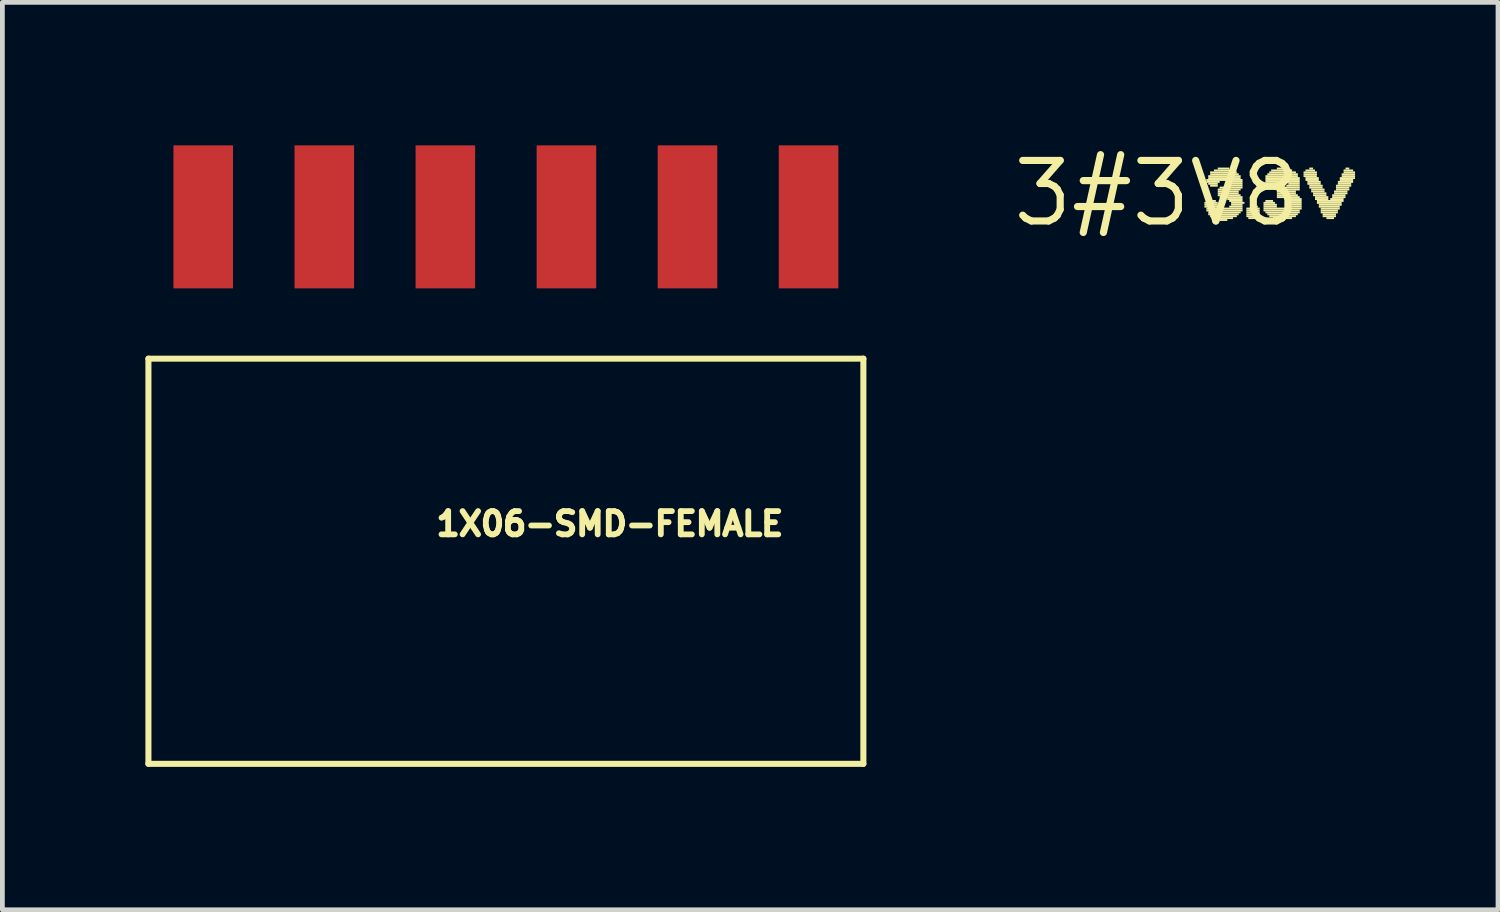
<source format=kicad_pcb>
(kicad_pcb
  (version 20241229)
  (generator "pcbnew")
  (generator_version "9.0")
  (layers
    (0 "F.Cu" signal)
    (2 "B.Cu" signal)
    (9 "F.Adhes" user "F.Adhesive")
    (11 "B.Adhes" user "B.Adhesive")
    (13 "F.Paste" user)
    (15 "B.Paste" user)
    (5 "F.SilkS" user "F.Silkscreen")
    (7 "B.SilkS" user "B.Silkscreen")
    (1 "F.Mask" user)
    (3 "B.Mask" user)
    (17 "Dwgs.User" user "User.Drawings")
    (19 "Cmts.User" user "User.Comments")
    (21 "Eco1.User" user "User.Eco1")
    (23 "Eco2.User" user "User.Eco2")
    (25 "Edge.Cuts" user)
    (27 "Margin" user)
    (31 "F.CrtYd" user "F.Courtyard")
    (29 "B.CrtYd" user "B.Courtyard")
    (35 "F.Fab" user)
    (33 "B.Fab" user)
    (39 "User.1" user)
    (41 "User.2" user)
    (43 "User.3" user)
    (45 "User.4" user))
  (footprint "3#3V8"
    (layer "F.Cu")
    (at 21.219 1.006)
    (property "Reference" "3#3V8" (at 0 0 0) (layer "F.SilkS") (effects (font (size 1.27 1.27) (thickness 0.15))))
    (fp_poly (pts (xy 1 0.22) (xy 1.28 0.22) (xy 1.28 0.18) (xy 1 0.18)) (stroke (width 0) (type default)) (fill yes) (layer "F.SilkS"))
    (fp_poly (pts (xy 1 0.26) (xy 1.28 0.26) (xy 1.28 0.22) (xy 1 0.22)) (stroke (width 0) (type default)) (fill yes) (layer "F.SilkS"))
    (fp_poly (pts (xy 1 0.3) (xy 1.32 0.3) (xy 1.32 0.26) (xy 1 0.26)) (stroke (width 0) (type default)) (fill yes) (layer "F.SilkS"))
    (fp_poly (pts (xy 1.04 -0.26) (xy 1.8 -0.26) (xy 1.8 -0.3) (xy 1.04 -0.3)) (stroke (width 0) (type default)) (fill yes) (layer "F.SilkS"))
    (fp_poly (pts (xy 1.04 -0.22) (xy 1.32 -0.22) (xy 1.32 -0.26) (xy 1.04 -0.26)) (stroke (width 0) (type default)) (fill yes) (layer "F.SilkS"))
    (fp_poly (pts (xy 1.04 0.18) (xy 1.24 0.18) (xy 1.24 0.14) (xy 1.04 0.14)) (stroke (width 0) (type default)) (fill yes) (layer "F.SilkS"))
    (fp_poly (pts (xy 1.04 0.34) (xy 1.8 0.34) (xy 1.8 0.3) (xy 1.04 0.3)) (stroke (width 0) (type default)) (fill yes) (layer "F.SilkS"))
    (fp_poly (pts (xy 1.04 0.38) (xy 1.8 0.38) (xy 1.8 0.34) (xy 1.04 0.34)) (stroke (width 0) (type default)) (fill yes) (layer "F.SilkS"))
    (fp_poly (pts (xy 1.08 -0.34) (xy 1.76 -0.34) (xy 1.76 -0.38) (xy 1.08 -0.38)) (stroke (width 0) (type default)) (fill yes) (layer "F.SilkS"))
    (fp_poly (pts (xy 1.08 -0.3) (xy 1.76 -0.3) (xy 1.76 -0.34) (xy 1.08 -0.34)) (stroke (width 0) (type default)) (fill yes) (layer "F.SilkS"))
    (fp_poly (pts (xy 1.08 -0.18) (xy 1.28 -0.18) (xy 1.28 -0.22) (xy 1.08 -0.22)) (stroke (width 0) (type default)) (fill yes) (layer "F.SilkS"))
    (fp_poly (pts (xy 1.08 0.42) (xy 1.76 0.42) (xy 1.76 0.38) (xy 1.08 0.38)) (stroke (width 0) (type default)) (fill yes) (layer "F.SilkS"))
    (fp_poly (pts (xy 1.08 0.46) (xy 1.72 0.46) (xy 1.72 0.42) (xy 1.08 0.42)) (stroke (width 0) (type default)) (fill yes) (layer "F.SilkS"))
    (fp_poly (pts (xy 1.12 -0.42) (xy 1.68 -0.42) (xy 1.68 -0.46) (xy 1.12 -0.46)) (stroke (width 0) (type default)) (fill yes) (layer "F.SilkS"))
    (fp_poly (pts (xy 1.12 -0.38) (xy 1.72 -0.38) (xy 1.72 -0.42) (xy 1.12 -0.42)) (stroke (width 0) (type default)) (fill yes) (layer "F.SilkS"))
    (fp_poly (pts (xy 1.12 -0.14) (xy 1.28 -0.14) (xy 1.28 -0.18) (xy 1.12 -0.18)) (stroke (width 0) (type default)) (fill yes) (layer "F.SilkS"))
    (fp_poly (pts (xy 1.12 0.5) (xy 1.68 0.5) (xy 1.68 0.46) (xy 1.12 0.46)) (stroke (width 0) (type default)) (fill yes) (layer "F.SilkS"))
    (fp_poly (pts (xy 1.2 -0.46) (xy 1.64 -0.46) (xy 1.64 -0.5) (xy 1.2 -0.5)) (stroke (width 0) (type default)) (fill yes) (layer "F.SilkS"))
    (fp_poly (pts (xy 1.2 0.54) (xy 1.6 0.54) (xy 1.6 0.5) (xy 1.2 0.5)) (stroke (width 0) (type default)) (fill yes) (layer "F.SilkS"))
    (fp_poly (pts (xy 1.28 -0.5) (xy 1.52 -0.5) (xy 1.52 -0.54) (xy 1.28 -0.54)) (stroke (width 0) (type default)) (fill yes) (layer "F.SilkS"))
    (fp_poly (pts (xy 1.28 -0.06) (xy 1.76 -0.06) (xy 1.76 -0.1) (xy 1.28 -0.1)) (stroke (width 0) (type default)) (fill yes) (layer "F.SilkS"))
    (fp_poly (pts (xy 1.28 -0.02) (xy 1.72 -0.02) (xy 1.72 -0.06) (xy 1.28 -0.06)) (stroke (width 0) (type default)) (fill yes) (layer "F.SilkS"))
    (fp_poly (pts (xy 1.28 0.02) (xy 1.72 0.02) (xy 1.72 -0.02) (xy 1.28 -0.02)) (stroke (width 0) (type default)) (fill yes) (layer "F.SilkS"))
    (fp_poly (pts (xy 1.28 0.06) (xy 1.76 0.06) (xy 1.76 0.02) (xy 1.28 0.02)) (stroke (width 0) (type default)) (fill yes) (layer "F.SilkS"))
    (fp_poly (pts (xy 1.32 -0.1) (xy 1.8 -0.1) (xy 1.8 -0.14) (xy 1.32 -0.14)) (stroke (width 0) (type default)) (fill yes) (layer "F.SilkS"))
    (fp_poly (pts (xy 1.32 0.1) (xy 1.8 0.1) (xy 1.8 0.06) (xy 1.32 0.06)) (stroke (width 0) (type default)) (fill yes) (layer "F.SilkS"))
    (fp_poly (pts (xy 1.32 0.58) (xy 1.48 0.58) (xy 1.48 0.54) (xy 1.32 0.54)) (stroke (width 0) (type default)) (fill yes) (layer "F.SilkS"))
    (fp_poly (pts (xy 1.48 -0.14) (xy 1.8 -0.14) (xy 1.8 -0.18) (xy 1.48 -0.18)) (stroke (width 0) (type default)) (fill yes) (layer "F.SilkS"))
    (fp_poly (pts (xy 1.48 0.14) (xy 1.8 0.14) (xy 1.8 0.1) (xy 1.48 0.1)) (stroke (width 0) (type default)) (fill yes) (layer "F.SilkS"))
    (fp_poly (pts (xy 1.52 -0.22) (xy 1.8 -0.22) (xy 1.8 -0.26) (xy 1.52 -0.26)) (stroke (width 0) (type default)) (fill yes) (layer "F.SilkS"))
    (fp_poly (pts (xy 1.52 -0.18) (xy 1.8 -0.18) (xy 1.8 -0.22) (xy 1.52 -0.22)) (stroke (width 0) (type default)) (fill yes) (layer "F.SilkS"))
    (fp_poly (pts (xy 1.52 0.18) (xy 1.8 0.18) (xy 1.8 0.14) (xy 1.52 0.14)) (stroke (width 0) (type default)) (fill yes) (layer "F.SilkS"))
    (fp_poly (pts (xy 1.52 0.3) (xy 1.8 0.3) (xy 1.8 0.26) (xy 1.52 0.26)) (stroke (width 0) (type default)) (fill yes) (layer "F.SilkS"))
    (fp_poly (pts (xy 1.56 0.22) (xy 1.84 0.22) (xy 1.84 0.18) (xy 1.56 0.18)) (stroke (width 0) (type default)) (fill yes) (layer "F.SilkS"))
    (fp_poly (pts (xy 1.56 0.26) (xy 1.8 0.26) (xy 1.8 0.22) (xy 1.56 0.22)) (stroke (width 0) (type default)) (fill yes) (layer "F.SilkS"))
    (fp_poly (pts (xy 1.88 0.34) (xy 2.16 0.34) (xy 2.16 0.3) (xy 1.88 0.3)) (stroke (width 0) (type default)) (fill yes) (layer "F.SilkS"))
    (fp_poly (pts (xy 1.88 0.38) (xy 2.16 0.38) (xy 2.16 0.34) (xy 1.88 0.34)) (stroke (width 0) (type default)) (fill yes) (layer "F.SilkS"))
    (fp_poly (pts (xy 1.88 0.42) (xy 2.16 0.42) (xy 2.16 0.38) (xy 1.88 0.38)) (stroke (width 0) (type default)) (fill yes) (layer "F.SilkS"))
    (fp_poly (pts (xy 1.88 0.46) (xy 2.16 0.46) (xy 2.16 0.42) (xy 1.88 0.42)) (stroke (width 0) (type default)) (fill yes) (layer "F.SilkS"))
    (fp_poly (pts (xy 1.88 0.5) (xy 2.16 0.5) (xy 2.16 0.46) (xy 1.88 0.46)) (stroke (width 0) (type default)) (fill yes) (layer "F.SilkS"))
    (fp_poly (pts (xy 1.92 0.54) (xy 2.12 0.54) (xy 2.12 0.5) (xy 1.92 0.5)) (stroke (width 0) (type default)) (fill yes) (layer "F.SilkS"))
    (fp_poly (pts (xy 1.96 0.3) (xy 2.12 0.3) (xy 2.12 0.26) (xy 1.96 0.26)) (stroke (width 0) (type default)) (fill yes) (layer "F.SilkS"))
    (fp_poly (pts (xy 2.24 0.22) (xy 2.48 0.22) (xy 2.48 0.18) (xy 2.24 0.18)) (stroke (width 0) (type default)) (fill yes) (layer "F.SilkS"))
    (fp_poly (pts (xy 2.24 0.26) (xy 2.52 0.26) (xy 2.52 0.22) (xy 2.24 0.22)) (stroke (width 0) (type default)) (fill yes) (layer "F.SilkS"))
    (fp_poly (pts (xy 2.24 0.3) (xy 2.52 0.3) (xy 2.52 0.26) (xy 2.24 0.26)) (stroke (width 0) (type default)) (fill yes) (layer "F.SilkS"))
    (fp_poly (pts (xy 2.24 0.34) (xy 3.04 0.34) (xy 3.04 0.3) (xy 2.24 0.3)) (stroke (width 0) (type default)) (fill yes) (layer "F.SilkS"))
    (fp_poly (pts (xy 2.24 0.38) (xy 3 0.38) (xy 3 0.34) (xy 2.24 0.34)) (stroke (width 0) (type default)) (fill yes) (layer "F.SilkS"))
    (fp_poly (pts (xy 2.28 -0.34) (xy 2.96 -0.34) (xy 2.96 -0.38) (xy 2.28 -0.38)) (stroke (width 0) (type default)) (fill yes) (layer "F.SilkS"))
    (fp_poly (pts (xy 2.28 -0.3) (xy 3 -0.3) (xy 3 -0.34) (xy 2.28 -0.34)) (stroke (width 0) (type default)) (fill yes) (layer "F.SilkS"))
    (fp_poly (pts (xy 2.28 -0.26) (xy 3 -0.26) (xy 3 -0.3) (xy 2.28 -0.3)) (stroke (width 0) (type default)) (fill yes) (layer "F.SilkS"))
    (fp_poly (pts (xy 2.28 -0.22) (xy 2.56 -0.22) (xy 2.56 -0.26) (xy 2.28 -0.26)) (stroke (width 0) (type default)) (fill yes) (layer "F.SilkS"))
    (fp_poly (pts (xy 2.28 -0.18) (xy 2.52 -0.18) (xy 2.52 -0.22) (xy 2.28 -0.22)) (stroke (width 0) (type default)) (fill yes) (layer "F.SilkS"))
    (fp_poly (pts (xy 2.28 0.18) (xy 2.44 0.18) (xy 2.44 0.14) (xy 2.28 0.14)) (stroke (width 0) (type default)) (fill yes) (layer "F.SilkS"))
    (fp_poly (pts (xy 2.28 0.42) (xy 3 0.42) (xy 3 0.38) (xy 2.28 0.38)) (stroke (width 0) (type default)) (fill yes) (layer "F.SilkS"))
    (fp_poly (pts (xy 2.32 -0.38) (xy 2.96 -0.38) (xy 2.96 -0.42) (xy 2.32 -0.42)) (stroke (width 0) (type default)) (fill yes) (layer "F.SilkS"))
    (fp_poly (pts (xy 2.32 0.46) (xy 2.96 0.46) (xy 2.96 0.42) (xy 2.32 0.42)) (stroke (width 0) (type default)) (fill yes) (layer "F.SilkS"))
    (fp_poly (pts (xy 2.36 -0.42) (xy 2.92 -0.42) (xy 2.92 -0.46) (xy 2.36 -0.46)) (stroke (width 0) (type default)) (fill yes) (layer "F.SilkS"))
    (fp_poly (pts (xy 2.36 -0.14) (xy 2.48 -0.14) (xy 2.48 -0.18) (xy 2.36 -0.18)) (stroke (width 0) (type default)) (fill yes) (layer "F.SilkS"))
    (fp_poly (pts (xy 2.36 0.5) (xy 2.92 0.5) (xy 2.92 0.46) (xy 2.36 0.46)) (stroke (width 0) (type default)) (fill yes) (layer "F.SilkS"))
    (fp_poly (pts (xy 2.4 -0.46) (xy 2.84 -0.46) (xy 2.84 -0.5) (xy 2.4 -0.5)) (stroke (width 0) (type default)) (fill yes) (layer "F.SilkS"))
    (fp_poly (pts (xy 2.44 0.54) (xy 2.84 0.54) (xy 2.84 0.5) (xy 2.44 0.5)) (stroke (width 0) (type default)) (fill yes) (layer "F.SilkS"))
    (fp_poly (pts (xy 2.52 -0.5) (xy 2.76 -0.5) (xy 2.76 -0.54) (xy 2.52 -0.54)) (stroke (width 0) (type default)) (fill yes) (layer "F.SilkS"))
    (fp_poly (pts (xy 2.52 -0.1) (xy 3 -0.1) (xy 3 -0.14) (xy 2.52 -0.14)) (stroke (width 0) (type default)) (fill yes) (layer "F.SilkS"))
    (fp_poly (pts (xy 2.52 -0.06) (xy 3 -0.06) (xy 3 -0.1) (xy 2.52 -0.1)) (stroke (width 0) (type default)) (fill yes) (layer "F.SilkS"))
    (fp_poly (pts (xy 2.52 -0.02) (xy 2.92 -0.02) (xy 2.92 -0.06) (xy 2.52 -0.06)) (stroke (width 0) (type default)) (fill yes) (layer "F.SilkS"))
    (fp_poly (pts (xy 2.52 0.02) (xy 2.92 0.02) (xy 2.92 -0.02) (xy 2.52 -0.02)) (stroke (width 0) (type default)) (fill yes) (layer "F.SilkS"))
    (fp_poly (pts (xy 2.52 0.06) (xy 2.96 0.06) (xy 2.96 0.02) (xy 2.52 0.02)) (stroke (width 0) (type default)) (fill yes) (layer "F.SilkS"))
    (fp_poly (pts (xy 2.52 0.1) (xy 3 0.1) (xy 3 0.06) (xy 2.52 0.06)) (stroke (width 0) (type default)) (fill yes) (layer "F.SilkS"))
    (fp_poly (pts (xy 2.56 0.58) (xy 2.68 0.58) (xy 2.68 0.54) (xy 2.56 0.54)) (stroke (width 0) (type default)) (fill yes) (layer "F.SilkS"))
    (fp_poly (pts (xy 2.68 0.14) (xy 3.04 0.14) (xy 3.04 0.1) (xy 2.68 0.1)) (stroke (width 0) (type default)) (fill yes) (layer "F.SilkS"))
    (fp_poly (pts (xy 2.72 -0.22) (xy 3 -0.22) (xy 3 -0.26) (xy 2.72 -0.26)) (stroke (width 0) (type default)) (fill yes) (layer "F.SilkS"))
    (fp_poly (pts (xy 2.72 -0.14) (xy 3 -0.14) (xy 3 -0.18) (xy 2.72 -0.18)) (stroke (width 0) (type default)) (fill yes) (layer "F.SilkS"))
    (fp_poly (pts (xy 2.72 0.3) (xy 3.04 0.3) (xy 3.04 0.26) (xy 2.72 0.26)) (stroke (width 0) (type default)) (fill yes) (layer "F.SilkS"))
    (fp_poly (pts (xy 2.76 -0.18) (xy 3 -0.18) (xy 3 -0.22) (xy 2.76 -0.22)) (stroke (width 0) (type default)) (fill yes) (layer "F.SilkS"))
    (fp_poly (pts (xy 2.76 0.18) (xy 3.04 0.18) (xy 3.04 0.14) (xy 2.76 0.14)) (stroke (width 0) (type default)) (fill yes) (layer "F.SilkS"))
    (fp_poly (pts (xy 2.76 0.22) (xy 3.04 0.22) (xy 3.04 0.18) (xy 2.76 0.18)) (stroke (width 0) (type default)) (fill yes) (layer "F.SilkS"))
    (fp_poly (pts (xy 2.76 0.26) (xy 3.04 0.26) (xy 3.04 0.22) (xy 2.76 0.22)) (stroke (width 0) (type default)) (fill yes) (layer "F.SilkS"))
    (fp_poly (pts (xy 3.08 -0.42) (xy 3.36 -0.42) (xy 3.36 -0.46) (xy 3.08 -0.46)) (stroke (width 0) (type default)) (fill yes) (layer "F.SilkS"))
    (fp_poly (pts (xy 3.08 -0.38) (xy 3.36 -0.38) (xy 3.36 -0.42) (xy 3.08 -0.42)) (stroke (width 0) (type default)) (fill yes) (layer "F.SilkS"))
    (fp_poly (pts (xy 3.08 -0.34) (xy 3.36 -0.34) (xy 3.36 -0.38) (xy 3.08 -0.38)) (stroke (width 0) (type default)) (fill yes) (layer "F.SilkS"))
    (fp_poly (pts (xy 3.12 -0.46) (xy 3.32 -0.46) (xy 3.32 -0.5) (xy 3.12 -0.5)) (stroke (width 0) (type default)) (fill yes) (layer "F.SilkS"))
    (fp_poly (pts (xy 3.12 -0.3) (xy 3.4 -0.3) (xy 3.4 -0.34) (xy 3.12 -0.34)) (stroke (width 0) (type default)) (fill yes) (layer "F.SilkS"))
    (fp_poly (pts (xy 3.12 -0.26) (xy 3.4 -0.26) (xy 3.4 -0.3) (xy 3.12 -0.3)) (stroke (width 0) (type default)) (fill yes) (layer "F.SilkS"))
    (fp_poly (pts (xy 3.16 -0.22) (xy 3.44 -0.22) (xy 3.44 -0.26) (xy 3.16 -0.26)) (stroke (width 0) (type default)) (fill yes) (layer "F.SilkS"))
    (fp_poly (pts (xy 3.16 -0.18) (xy 3.44 -0.18) (xy 3.44 -0.22) (xy 3.16 -0.22)) (stroke (width 0) (type default)) (fill yes) (layer "F.SilkS"))
    (fp_poly (pts (xy 3.2 -0.5) (xy 3.28 -0.5) (xy 3.28 -0.54) (xy 3.2 -0.54)) (stroke (width 0) (type default)) (fill yes) (layer "F.SilkS"))
    (fp_poly (pts (xy 3.2 -0.14) (xy 3.48 -0.14) (xy 3.48 -0.18) (xy 3.2 -0.18)) (stroke (width 0) (type default)) (fill yes) (layer "F.SilkS"))
    (fp_poly (pts (xy 3.2 -0.1) (xy 3.48 -0.1) (xy 3.48 -0.14) (xy 3.2 -0.14)) (stroke (width 0) (type default)) (fill yes) (layer "F.SilkS"))
    (fp_poly (pts (xy 3.24 -0.06) (xy 3.52 -0.06) (xy 3.52 -0.1) (xy 3.24 -0.1)) (stroke (width 0) (type default)) (fill yes) (layer "F.SilkS"))
    (fp_poly (pts (xy 3.24 -0.02) (xy 3.52 -0.02) (xy 3.52 -0.06) (xy 3.24 -0.06)) (stroke (width 0) (type default)) (fill yes) (layer "F.SilkS"))
    (fp_poly (pts (xy 3.28 0.02) (xy 3.56 0.02) (xy 3.56 -0.02) (xy 3.28 -0.02)) (stroke (width 0) (type default)) (fill yes) (layer "F.SilkS"))
    (fp_poly (pts (xy 3.28 0.06) (xy 3.56 0.06) (xy 3.56 0.02) (xy 3.28 0.02)) (stroke (width 0) (type default)) (fill yes) (layer "F.SilkS"))
    (fp_poly (pts (xy 3.32 0.1) (xy 3.6 0.1) (xy 3.6 0.06) (xy 3.32 0.06)) (stroke (width 0) (type default)) (fill yes) (layer "F.SilkS"))
    (fp_poly (pts (xy 3.32 0.14) (xy 3.6 0.14) (xy 3.6 0.1) (xy 3.32 0.1)) (stroke (width 0) (type default)) (fill yes) (layer "F.SilkS"))
    (fp_poly (pts (xy 3.36 0.18) (xy 3.92 0.18) (xy 3.92 0.14) (xy 3.36 0.14)) (stroke (width 0) (type default)) (fill yes) (layer "F.SilkS"))
    (fp_poly (pts (xy 3.36 0.22) (xy 3.88 0.22) (xy 3.88 0.18) (xy 3.36 0.18)) (stroke (width 0) (type default)) (fill yes) (layer "F.SilkS"))
    (fp_poly (pts (xy 3.4 0.26) (xy 3.88 0.26) (xy 3.88 0.22) (xy 3.4 0.22)) (stroke (width 0) (type default)) (fill yes) (layer "F.SilkS"))
    (fp_poly (pts (xy 3.4 0.3) (xy 3.84 0.3) (xy 3.84 0.26) (xy 3.4 0.26)) (stroke (width 0) (type default)) (fill yes) (layer "F.SilkS"))
    (fp_poly (pts (xy 3.44 0.34) (xy 3.84 0.34) (xy 3.84 0.3) (xy 3.44 0.3)) (stroke (width 0) (type default)) (fill yes) (layer "F.SilkS"))
    (fp_poly (pts (xy 3.44 0.38) (xy 3.8 0.38) (xy 3.8 0.34) (xy 3.44 0.34)) (stroke (width 0) (type default)) (fill yes) (layer "F.SilkS"))
    (fp_poly (pts (xy 3.44 0.42) (xy 3.8 0.42) (xy 3.8 0.38) (xy 3.44 0.38)) (stroke (width 0) (type default)) (fill yes) (layer "F.SilkS"))
    (fp_poly (pts (xy 3.48 0.46) (xy 3.76 0.46) (xy 3.76 0.42) (xy 3.48 0.42)) (stroke (width 0) (type default)) (fill yes) (layer "F.SilkS"))
    (fp_poly (pts (xy 3.48 0.5) (xy 3.76 0.5) (xy 3.76 0.46) (xy 3.48 0.46)) (stroke (width 0) (type default)) (fill yes) (layer "F.SilkS"))
    (fp_poly (pts (xy 3.56 0.54) (xy 3.72 0.54) (xy 3.72 0.5) (xy 3.56 0.5)) (stroke (width 0) (type default)) (fill yes) (layer "F.SilkS"))
    (fp_poly (pts (xy 3.64 0.14) (xy 3.92 0.14) (xy 3.92 0.1) (xy 3.64 0.1)) (stroke (width 0) (type default)) (fill yes) (layer "F.SilkS"))
    (fp_poly (pts (xy 3.68 0.06) (xy 3.96 0.06) (xy 3.96 0.02) (xy 3.68 0.02)) (stroke (width 0) (type default)) (fill yes) (layer "F.SilkS"))
    (fp_poly (pts (xy 3.68 0.1) (xy 3.96 0.1) (xy 3.96 0.06) (xy 3.68 0.06)) (stroke (width 0) (type default)) (fill yes) (layer "F.SilkS"))
    (fp_poly (pts (xy 3.72 -0.02) (xy 4 -0.02) (xy 4 -0.06) (xy 3.72 -0.06)) (stroke (width 0) (type default)) (fill yes) (layer "F.SilkS"))
    (fp_poly (pts (xy 3.72 0.02) (xy 4 0.02) (xy 4 -0.02) (xy 3.72 -0.02)) (stroke (width 0) (type default)) (fill yes) (layer "F.SilkS"))
    (fp_poly (pts (xy 3.76 -0.14) (xy 4.08 -0.14) (xy 4.08 -0.18) (xy 3.76 -0.18)) (stroke (width 0) (type default)) (fill yes) (layer "F.SilkS"))
    (fp_poly (pts (xy 3.76 -0.1) (xy 4.04 -0.1) (xy 4.04 -0.14) (xy 3.76 -0.14)) (stroke (width 0) (type default)) (fill yes) (layer "F.SilkS"))
    (fp_poly (pts (xy 3.76 -0.06) (xy 4.04 -0.06) (xy 4.04 -0.1) (xy 3.76 -0.1)) (stroke (width 0) (type default)) (fill yes) (layer "F.SilkS"))
    (fp_poly (pts (xy 3.8 -0.22) (xy 4.12 -0.22) (xy 4.12 -0.26) (xy 3.8 -0.26)) (stroke (width 0) (type default)) (fill yes) (layer "F.SilkS"))
    (fp_poly (pts (xy 3.8 -0.18) (xy 4.08 -0.18) (xy 4.08 -0.22) (xy 3.8 -0.22)) (stroke (width 0) (type default)) (fill yes) (layer "F.SilkS"))
    (fp_poly (pts (xy 3.84 -0.3) (xy 4.16 -0.3) (xy 4.16 -0.34) (xy 3.84 -0.34)) (stroke (width 0) (type default)) (fill yes) (layer "F.SilkS"))
    (fp_poly (pts (xy 3.84 -0.26) (xy 4.12 -0.26) (xy 4.12 -0.3) (xy 3.84 -0.3)) (stroke (width 0) (type default)) (fill yes) (layer "F.SilkS"))
    (fp_poly (pts (xy 3.88 -0.38) (xy 4.16 -0.38) (xy 4.16 -0.42) (xy 3.88 -0.42)) (stroke (width 0) (type default)) (fill yes) (layer "F.SilkS"))
    (fp_poly (pts (xy 3.88 -0.34) (xy 4.16 -0.34) (xy 4.16 -0.38) (xy 3.88 -0.38)) (stroke (width 0) (type default)) (fill yes) (layer "F.SilkS"))
    (fp_poly (pts (xy 3.92 -0.46) (xy 4.12 -0.46) (xy 4.12 -0.5) (xy 3.92 -0.5)) (stroke (width 0) (type default)) (fill yes) (layer "F.SilkS"))
    (fp_poly (pts (xy 3.92 -0.42) (xy 4.16 -0.42) (xy 4.16 -0.46) (xy 3.92 -0.46)) (stroke (width 0) (type default)) (fill yes) (layer "F.SilkS"))
    (fp_poly (pts (xy 3.96 -0.5) (xy 4.04 -0.5) (xy 4.04 -0.54) (xy 3.96 -0.54)) (stroke (width 0) (type default)) (fill yes) (layer "F.SilkS")))
  (footprint "1X06-SMD-FEMALE"
    (layer "F.Cu")
    (at 7.564 4.925)
    (property "Reference" "1X06-SMD-FEMALE" (at -1.524 3.302 0) (unlocked yes) (layer "F.SilkS") (effects (font (size 0.488 0.488) (thickness 0.122)) (justify left bottom)))
    (fp_line (start -7.5 -0.45) (end -7.5 8.05) (stroke (width 0.127) (type solid)) (layer "F.SilkS"))
    (fp_line (start -7.5 8.05) (end 7.5 8.05) (stroke (width 0.127) (type solid)) (layer "F.SilkS"))
    (fp_line (start 7.5 -0.45) (end -7.5 -0.45) (stroke (width 0.127) (type solid)) (layer "F.SilkS"))
    (fp_line (start 7.5 8.05) (end 7.5 -0.45) (stroke (width 0.127) (type solid)) (layer "F.SilkS"))
    (pad "1" smd rect (at 6.35 -3.425 180) (size 1.25 3) (layers "F.Cu" "F.Mask" "F.Paste"))
    (pad "2" smd rect (at 3.81 -3.425 180) (size 1.25 3) (layers "F.Cu" "F.Mask" "F.Paste"))
    (pad "3" smd rect (at 1.27 -3.425 180) (size 1.25 3) (layers "F.Cu" "F.Mask" "F.Paste"))
    (pad "4" smd rect (at -1.27 -3.425 180) (size 1.25 3) (layers "F.Cu" "F.Mask" "F.Paste"))
    (pad "5" smd rect (at -3.81 -3.425 180) (size 1.25 3) (layers "F.Cu" "F.Mask" "F.Paste"))
    (pad "6" smd rect (at -6.35 -3.425 180) (size 1.25 3) (layers "F.Cu" "F.Mask" "F.Paste")))
  (gr_rect
    (start -3 -3)
    (end 28.379 16.038)
    (stroke (width 0.1) (type default))
    (fill no)
    (layer "Edge.Cuts")))
</source>
